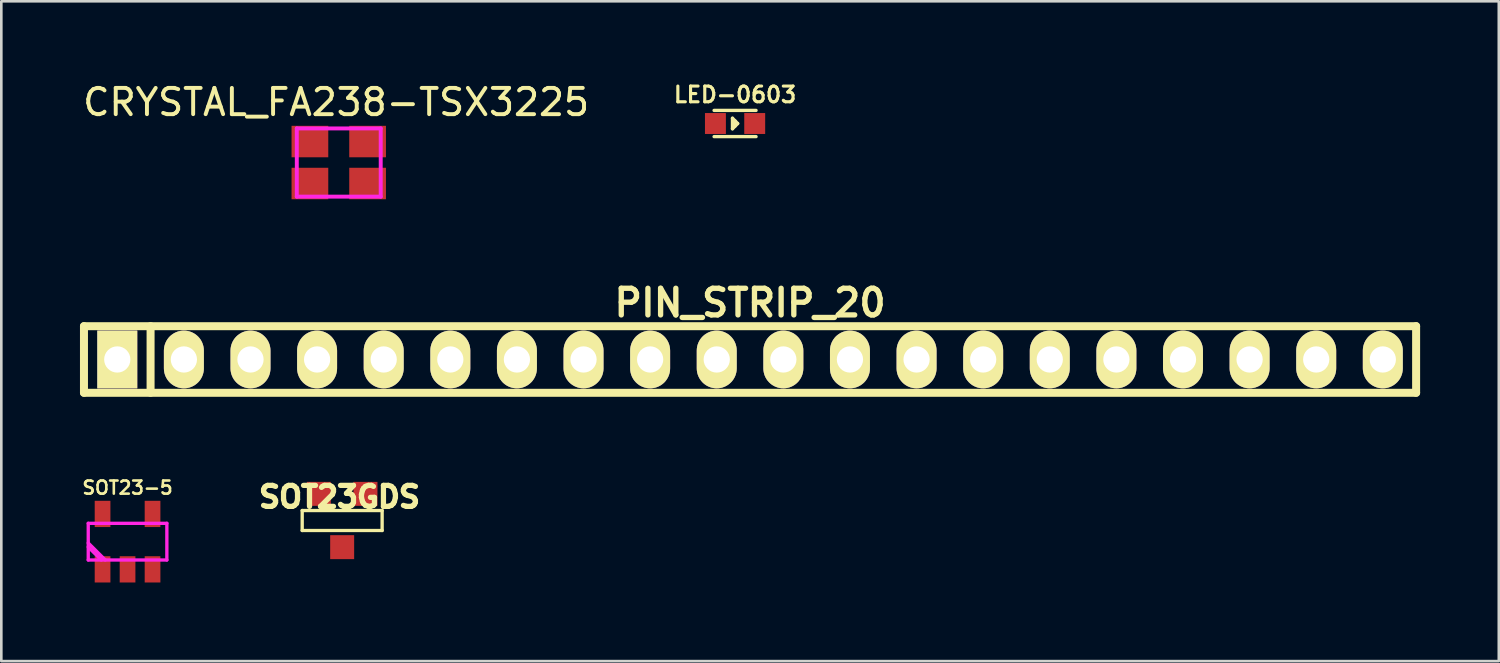
<source format=kicad_pcb>
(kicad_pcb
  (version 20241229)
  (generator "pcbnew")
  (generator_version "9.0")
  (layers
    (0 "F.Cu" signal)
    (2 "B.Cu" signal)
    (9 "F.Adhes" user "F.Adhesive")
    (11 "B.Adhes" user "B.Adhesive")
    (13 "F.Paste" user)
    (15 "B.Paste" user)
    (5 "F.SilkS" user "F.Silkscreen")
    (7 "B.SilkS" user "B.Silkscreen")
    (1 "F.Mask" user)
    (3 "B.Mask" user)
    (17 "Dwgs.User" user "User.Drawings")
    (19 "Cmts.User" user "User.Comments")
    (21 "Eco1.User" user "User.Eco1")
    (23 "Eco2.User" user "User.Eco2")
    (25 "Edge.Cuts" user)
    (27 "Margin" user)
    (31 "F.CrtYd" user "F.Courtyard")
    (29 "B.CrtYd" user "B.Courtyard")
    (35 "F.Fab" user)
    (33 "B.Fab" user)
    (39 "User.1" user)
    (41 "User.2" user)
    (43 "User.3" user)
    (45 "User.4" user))
  (footprint "PIN_STRIP_20"
    (layer "F.Cu")
    (at 25.552 10.658)
    (property "Reference" "PIN_STRIP_20" (at 0 -2.159 0) (layer "F.SilkS") (effects (font (size 1.016 1.016) (thickness 0.203))))
    (attr through_hole)
    (fp_line (start -25.4 -1.27) (end 25.4 -1.27) (stroke (width 0.305) (type solid)) (layer "F.SilkS"))
    (fp_line (start -25.4 1.27) (end -25.4 -1.27) (stroke (width 0.305) (type solid)) (layer "F.SilkS"))
    (fp_line (start -22.86 -1.27) (end -22.86 1.27) (stroke (width 0.305) (type solid)) (layer "F.SilkS"))
    (fp_line (start 25.4 -1.27) (end 25.4 1.27) (stroke (width 0.305) (type solid)) (layer "F.SilkS"))
    (fp_line (start 25.4 1.27) (end -25.4 1.27) (stroke (width 0.305) (type solid)) (layer "F.SilkS"))
    (pad "1" thru_hole rect (at -24.13 0) (size 1.524 2.2) (drill 1.001) (layers "*.Cu" "*.Mask" "F.SilkS"))
    (pad "2" thru_hole oval (at -21.59 0) (size 1.524 2.2) (drill 1.001) (layers "*.Cu" "*.Mask" "F.SilkS"))
    (pad "3" thru_hole oval (at -19.05 0) (size 1.524 2.2) (drill 1.001) (layers "*.Cu" "*.Mask" "F.SilkS"))
    (pad "4" thru_hole oval (at -16.51 0) (size 1.524 2.2) (drill 1.001) (layers "*.Cu" "*.Mask" "F.SilkS"))
    (pad "5" thru_hole oval (at -13.97 0) (size 1.524 2.2) (drill 1.001) (layers "*.Cu" "*.Mask" "F.SilkS"))
    (pad "6" thru_hole oval (at -11.43 0) (size 1.524 2.2) (drill 1.001) (layers "*.Cu" "*.Mask" "F.SilkS"))
    (pad "7" thru_hole oval (at -8.89 0) (size 1.524 2.2) (drill 1.001) (layers "*.Cu" "*.Mask" "F.SilkS"))
    (pad "8" thru_hole oval (at -6.35 0) (size 1.524 2.2) (drill 1.001) (layers "*.Cu" "*.Mask" "F.SilkS"))
    (pad "9" thru_hole oval (at -3.81 0) (size 1.524 2.2) (drill 1.001) (layers "*.Cu" "*.Mask" "F.SilkS"))
    (pad "10" thru_hole oval (at -1.27 0) (size 1.524 2.2) (drill 1.001) (layers "*.Cu" "*.Mask" "F.SilkS"))
    (pad "11" thru_hole oval (at 1.27 0) (size 1.524 2.2) (drill 1.001) (layers "*.Cu" "*.Mask" "F.SilkS"))
    (pad "12" thru_hole oval (at 3.81 0) (size 1.524 2.2) (drill 1.001) (layers "*.Cu" "*.Mask" "F.SilkS"))
    (pad "13" thru_hole oval (at 6.35 0) (size 1.524 2.2) (drill 1.001) (layers "*.Cu" "*.Mask" "F.SilkS"))
    (pad "14" thru_hole oval (at 8.89 0) (size 1.524 2.2) (drill 1.001) (layers "*.Cu" "*.Mask" "F.SilkS"))
    (pad "15" thru_hole oval (at 11.43 0) (size 1.524 2.2) (drill 1.001) (layers "*.Cu" "*.Mask" "F.SilkS"))
    (pad "16" thru_hole oval (at 13.97 0) (size 1.524 2.2) (drill 1.001) (layers "*.Cu" "*.Mask" "F.SilkS"))
    (pad "17" thru_hole oval (at 16.51 0) (size 1.524 2.2) (drill 1.001) (layers "*.Cu" "*.Mask" "F.SilkS"))
    (pad "18" thru_hole oval (at 19.05 0) (size 1.524 2.2) (drill 1.001) (layers "*.Cu" "*.Mask" "F.SilkS"))
    (pad "19" thru_hole oval (at 21.59 0) (size 1.524 2.2) (drill 1.001) (layers "*.Cu" "*.Mask" "F.SilkS"))
    (pad "20" thru_hole oval (at 24.13 0) (size 1.524 2.2) (drill 1.001) (layers "*.Cu" "*.Mask" "F.SilkS")))
  (footprint "SOT23-5"
    (layer "F.Cu")
    (at 1.814 17.605)
    (property "Reference" "SOT23-5" (at 0 -2.057 0) (layer "F.SilkS") (effects (font (size 0.5 0.5) (thickness 0.099))))
    (attr through_hole)
    (fp_line (start -1.499 -0.699) (end 1.499 -0.699) (stroke (width 0.127) (type solid)) (layer "F.CrtYd"))
    (fp_line (start -1.499 0.699) (end -1.499 -0.699) (stroke (width 0.127) (type solid)) (layer "F.CrtYd"))
    (fp_line (start -1.003 0.699) (end -1.499 0.203) (stroke (width 0.127) (type solid)) (layer "F.CrtYd"))
    (fp_line (start -0.851 0.699) (end -1.499 0.051) (stroke (width 0.127) (type solid)) (layer "F.CrtYd"))
    (fp_line (start 1.499 -0.699) (end 1.499 0.699) (stroke (width 0.127) (type solid)) (layer "F.CrtYd"))
    (fp_line (start 1.499 0.699) (end -1.499 0.699) (stroke (width 0.127) (type solid)) (layer "F.CrtYd"))
    (pad "1" smd rect (at -0.953 1.057) (size 0.599 1.001) (layers "F.Cu" "F.Mask" "F.Paste"))
    (pad "2" smd rect (at 0 1.057) (size 0.599 1.001) (layers "F.Cu" "F.Mask" "F.Paste"))
    (pad "3" smd rect (at 0.953 1.057) (size 0.599 1.001) (layers "F.Cu" "F.Mask" "F.Paste"))
    (pad "4" smd rect (at 0.953 -1.057) (size 0.599 1.001) (layers "F.Cu" "F.Mask" "F.Paste"))
    (pad "5" smd rect (at -0.953 -1.057) (size 0.599 1.001) (layers "F.Cu" "F.Mask" "F.Paste")))
  (footprint "CRYSTAL_FA238-TSX3225"
    (layer "F.Cu")
    (at 9.868 3.148)
    (property "Reference" "CRYSTAL_FA238-TSX3225" (at -0.1 -2.3 0) (layer "F.SilkS") (effects (font (size 1 1) (thickness 0.15))))
    (attr through_hole)
    (fp_line (start -1.6 -1.3) (end 1.6 -1.3) (stroke (width 0.15) (type solid)) (layer "F.CrtYd"))
    (fp_line (start -1.6 1.3) (end -1.6 -1.3) (stroke (width 0.15) (type solid)) (layer "F.CrtYd"))
    (fp_line (start 1.6 -1.3) (end 1.6 1.3) (stroke (width 0.15) (type solid)) (layer "F.CrtYd"))
    (fp_line (start 1.6 1.3) (end -1.6 1.3) (stroke (width 0.15) (type solid)) (layer "F.CrtYd"))
    (pad "1" smd rect (at -1.1 0.8) (size 1.4 1.2) (layers "F.Cu" "F.Mask" "F.Paste"))
    (pad "2" smd rect (at 1.1 0.8) (size 1.4 1.2) (layers "F.Cu" "F.Mask" "F.Paste"))
    (pad "3" smd rect (at 1.1 -0.8) (size 1.4 1.2) (layers "F.Cu" "F.Mask" "F.Paste"))
    (pad "4" smd rect (at -1.1 -0.8) (size 1.4 1.2) (layers "F.Cu" "F.Mask" "F.Paste")))
  (footprint "SOT23GDS"
    (layer "F.Cu")
    (at 9.998 16.799)
    (property "Reference" "SOT23GDS" (at -0.102 -0.899 0) (layer "F.SilkS") (effects (font (size 0.8 0.8) (thickness 0.201))))
    (attr smd)
    (fp_line (start -1.524 -0.381) (end 1.524 -0.381) (stroke (width 0.127) (type solid)) (layer "F.SilkS"))
    (fp_line (start -1.524 0.381) (end -1.524 -0.381) (stroke (width 0.127) (type solid)) (layer "F.SilkS"))
    (fp_line (start 1.524 -0.381) (end 1.524 0.381) (stroke (width 0.127) (type solid)) (layer "F.SilkS"))
    (fp_line (start 1.524 0.381) (end -1.524 0.381) (stroke (width 0.127) (type solid)) (layer "F.SilkS"))
    (pad "D" smd rect (at 0 1.016) (size 0.914 0.914) (layers "F.Cu" "F.Mask" "F.Paste"))
    (pad "G" smd rect (at 0.889 -1.016) (size 0.914 0.914) (layers "F.Cu" "F.Mask" "F.Paste"))
    (pad "S" smd rect (at -0.889 -1.016) (size 0.914 0.914) (layers "F.Cu" "F.Mask" "F.Paste")))
  (footprint "LED-0603"
    (layer "F.Cu")
    (at 24.981 1.66)
    (property "Reference" "LED-0603" (at 0 -1.1 0) (layer "F.SilkS") (effects (font (size 0.599 0.599) (thickness 0.119))))
    (attr through_hole)
    (fp_line (start -0.8 -0.5) (end 0.8 -0.5) (stroke (width 0.127) (type solid)) (layer "F.SilkS"))
    (fp_line (start -0.099 -0.201) (end -0.099 0.201) (stroke (width 0.127) (type solid)) (layer "F.SilkS"))
    (fp_line (start -0.099 0.201) (end 0.099 0) (stroke (width 0.127) (type solid)) (layer "F.SilkS"))
    (fp_line (start 0 0.099) (end 0 -0.099) (stroke (width 0.127) (type solid)) (layer "F.SilkS"))
    (fp_line (start 0.099 0) (end -0.099 -0.201) (stroke (width 0.127) (type solid)) (layer "F.SilkS"))
    (fp_line (start 0.8 0.5) (end -0.8 0.5) (stroke (width 0.127) (type solid)) (layer "F.SilkS"))
    (pad "1" smd rect (at -0.749 0) (size 0.798 0.798) (layers "F.Cu" "F.Mask" "F.Paste"))
    (pad "2" smd rect (at 0.749 0) (size 0.798 0.798) (layers "F.Cu" "F.Mask" "F.Paste")))
  (gr_rect
    (start -3 -3)
    (end 54.105 22.162)
    (stroke (width 0.1) (type default))
    (fill no)
    (layer "Edge.Cuts")))
</source>
